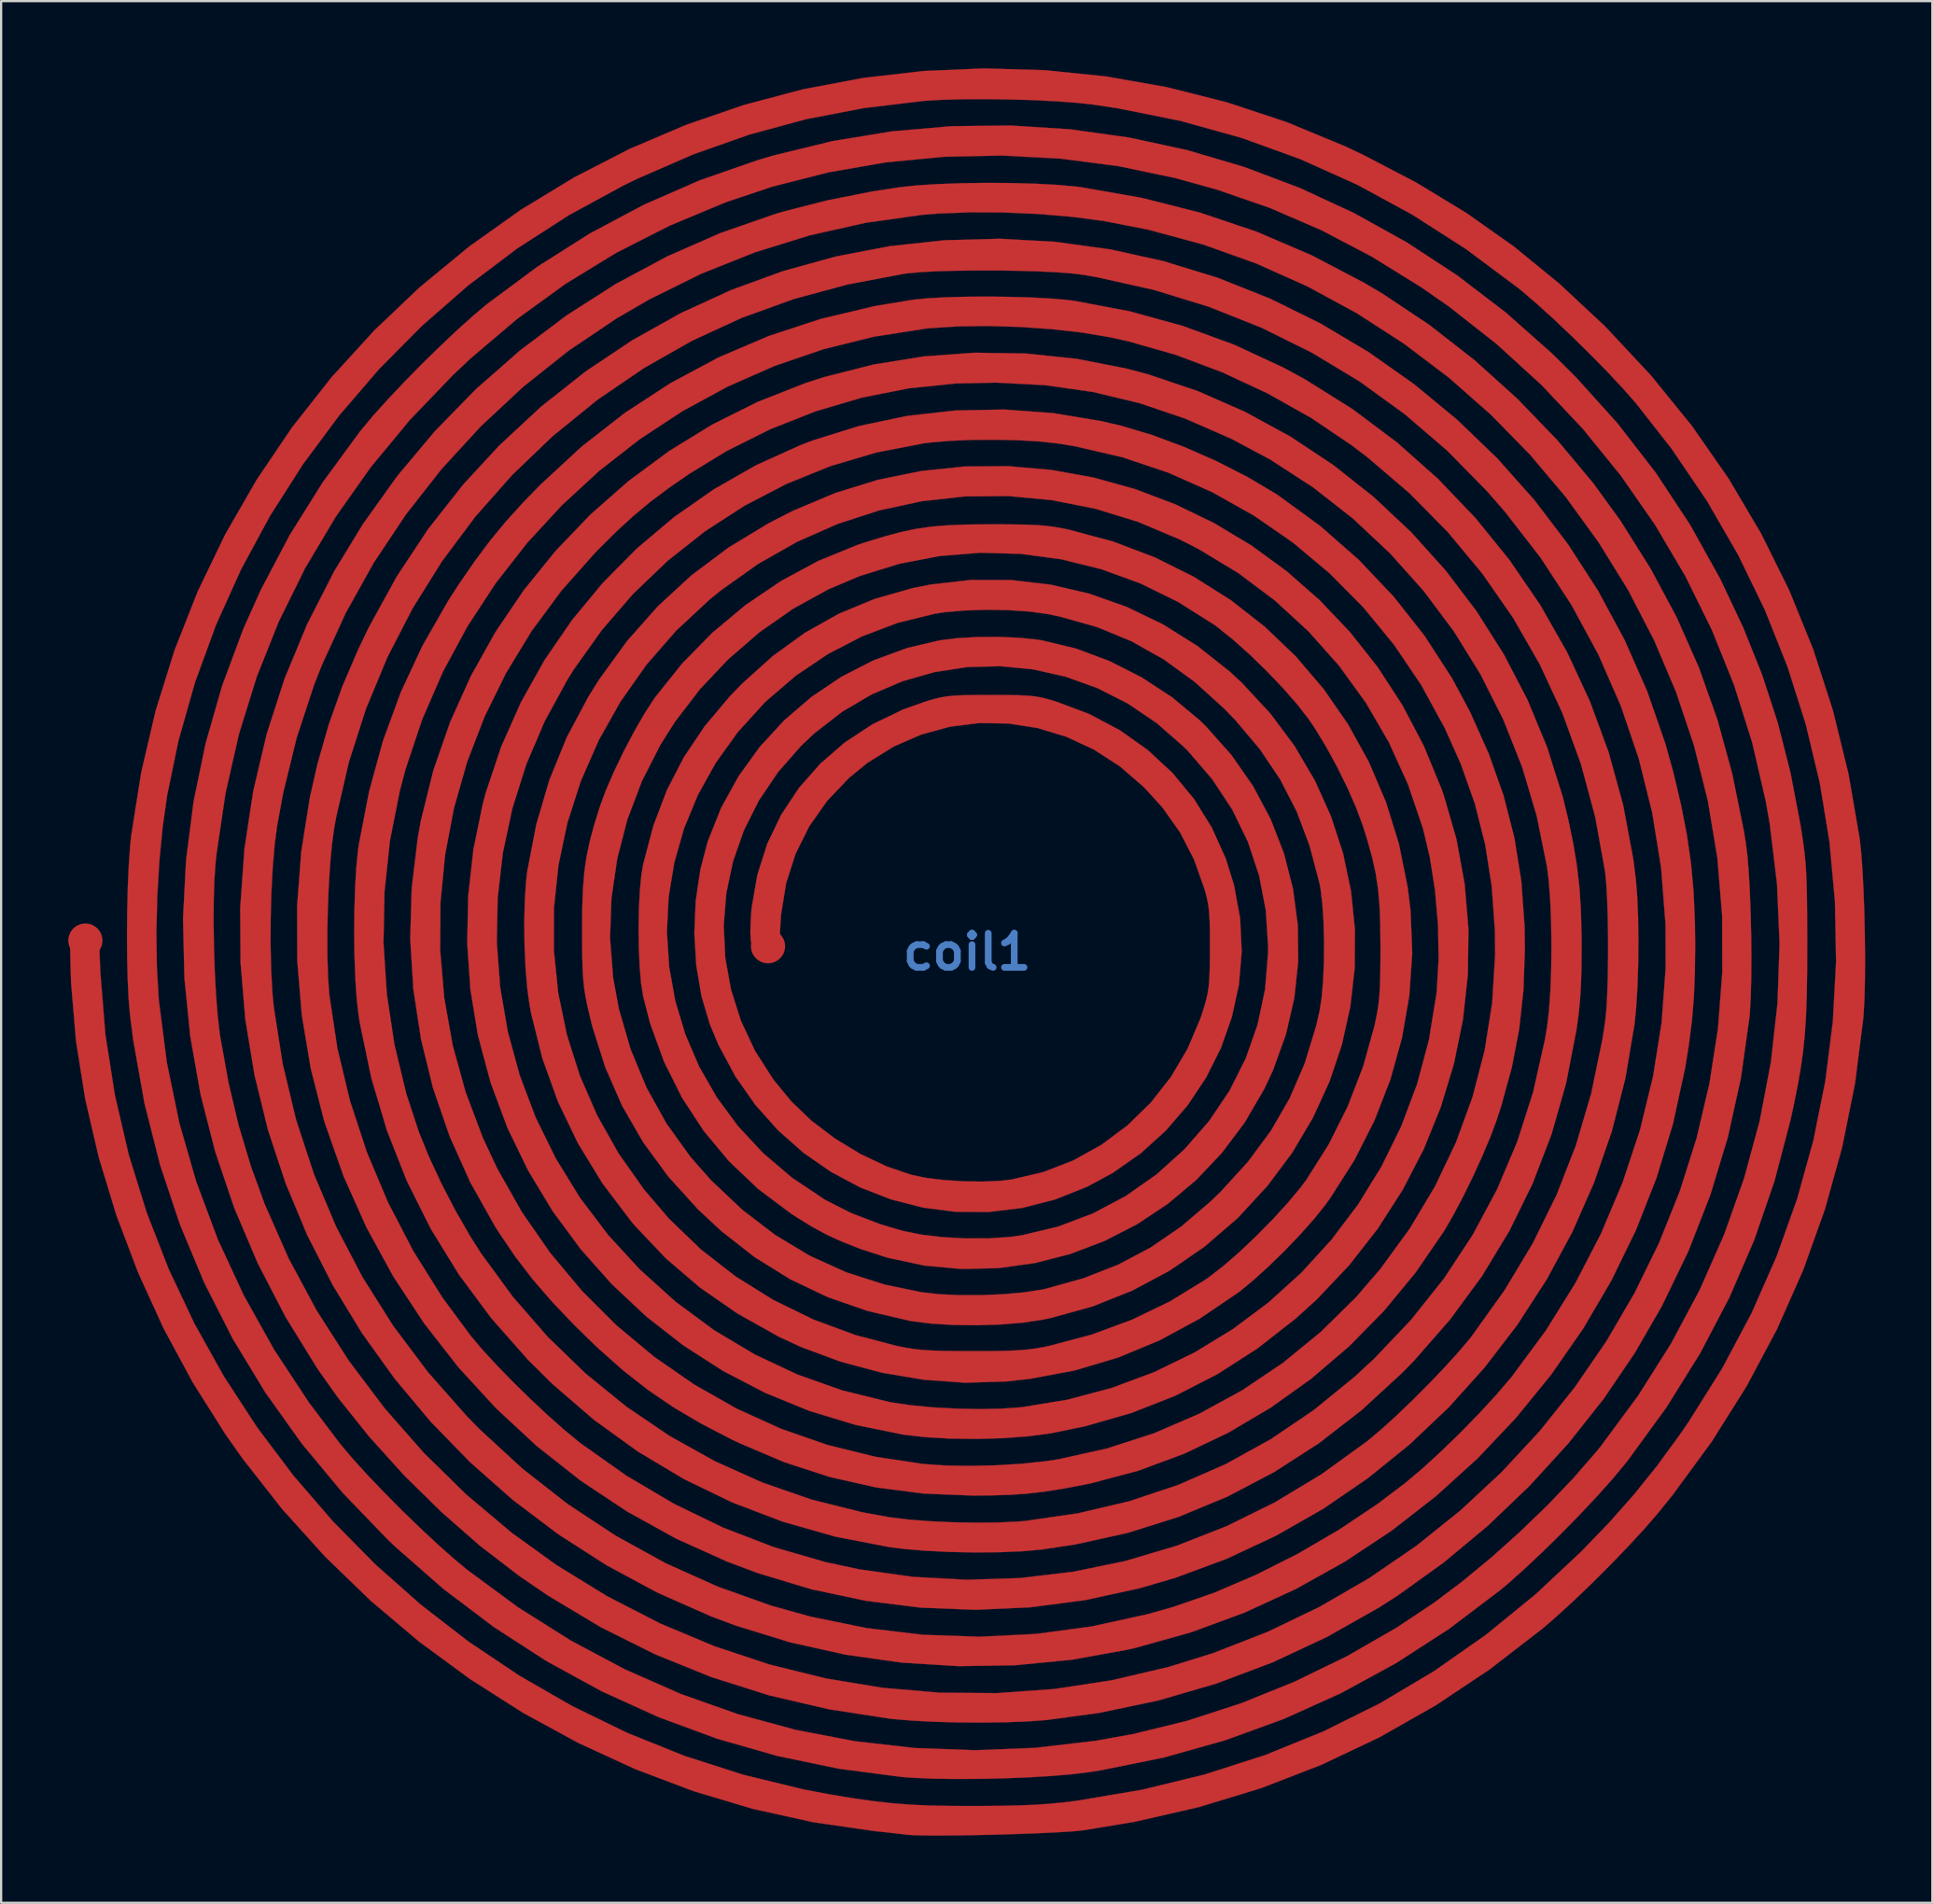
<source format=kicad_pcb>
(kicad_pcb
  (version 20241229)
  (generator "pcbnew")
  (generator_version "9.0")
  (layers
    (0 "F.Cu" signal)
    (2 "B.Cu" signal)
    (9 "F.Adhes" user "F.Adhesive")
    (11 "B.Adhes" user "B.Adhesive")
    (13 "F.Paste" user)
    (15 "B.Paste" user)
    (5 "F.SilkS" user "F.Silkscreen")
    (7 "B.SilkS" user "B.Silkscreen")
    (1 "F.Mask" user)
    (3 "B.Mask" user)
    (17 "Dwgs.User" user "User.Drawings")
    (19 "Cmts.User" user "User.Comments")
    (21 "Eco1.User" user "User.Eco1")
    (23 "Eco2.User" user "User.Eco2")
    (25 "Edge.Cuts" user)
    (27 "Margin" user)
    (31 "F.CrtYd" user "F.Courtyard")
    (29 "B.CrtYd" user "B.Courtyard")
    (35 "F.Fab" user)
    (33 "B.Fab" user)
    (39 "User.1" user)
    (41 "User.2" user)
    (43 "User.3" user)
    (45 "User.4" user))
  (footprint "coil1"
    (layer "F.Cu")
    (at 40.132 39.456)
    (property "Reference" "coil1" (at 0 0 0) (layer "B.Cu") (effects (font (size 1.524 1.524) (thickness 0.3))))
    (attr through_hole)
    (fp_poly (pts (xy 3.483 -39.371) (xy 6.204 -39.092) (xy 8.913 -38.615) (xy 11.601 -37.936) (xy 14.259 -37.056) (xy 16.877 -35.973) (xy 17.644 -35.612) (xy 20.046 -34.36) (xy 22.289 -32.998) (xy 24.408 -31.502) (xy 26.436 -29.846) (xy 28.409 -28.006) (xy 28.527 -27.889) (xy 30.536 -25.739) (xy 32.36 -23.49) (xy 33.996 -21.141) (xy 35.444 -18.695) (xy 36.705 -16.151) (xy 37.777 -13.512) (xy 38.66 -10.777) (xy 39.354 -7.947) (xy 39.85 -5.08) (xy 39.919 -4.457) (xy 39.977 -3.666) (xy 40.025 -2.754) (xy 40.06 -1.764) (xy 40.083 -0.742) (xy 40.093 0.268) (xy 40.088 1.222) (xy 40.067 2.074) (xy 40.03 2.779) (xy 40.015 2.963) (xy 39.645 5.871) (xy 39.072 8.717) (xy 38.299 11.498) (xy 37.329 14.207) (xy 36.162 16.842) (xy 34.801 19.396) (xy 33.247 21.865) (xy 31.503 24.245) (xy 30.855 25.048) (xy 30.244 25.755) (xy 29.511 26.55) (xy 28.701 27.39) (xy 27.856 28.232) (xy 27.022 29.03) (xy 26.24 29.742) (xy 25.683 30.22) (xy 23.334 32.033) (xy 20.908 33.65) (xy 18.401 35.072) (xy 15.809 36.3) (xy 13.131 37.336) (xy 10.361 38.181) (xy 7.498 38.837) (xy 5.186 39.219) (xy 4.805 39.259) (xy 4.261 39.297) (xy 3.587 39.332) (xy 2.817 39.365) (xy 1.985 39.394) (xy 1.125 39.418) (xy 0.272 39.436) (xy -0.54 39.448) (xy -1.277 39.453) (xy -1.905 39.45) (xy -2.39 39.437) (xy -2.698 39.415) (xy -2.699 39.415) (xy -2.937 39.386) (xy -3.325 39.342) (xy -3.799 39.29) (xy -4.128 39.256) (xy -6.858 38.862) (xy -9.557 38.266) (xy -12.215 37.472) (xy -14.818 36.488) (xy -17.357 35.321) (xy -19.82 33.979) (xy -22.194 32.467) (xy -24.47 30.794) (xy -26.635 28.965) (xy -28.678 26.988) (xy -30.588 24.87) (xy -32.353 22.618) (xy -33.115 21.537) (xy -34.573 19.226) (xy -35.874 16.815) (xy -37.011 14.325) (xy -37.978 11.777) (xy -38.767 9.189) (xy -39.373 6.584) (xy -39.788 3.98) (xy -40.006 1.399) (xy -40.031 0.635) (xy -40.058 -0.582) (xy -39.413 -0.613) (xy -38.768 -0.644) (xy -38.7 0.931) (xy -38.477 3.685) (xy -38.053 6.394) (xy -37.436 9.049) (xy -36.632 11.641) (xy -35.65 14.164) (xy -34.496 16.607) (xy -33.178 18.964) (xy -31.705 21.225) (xy -30.082 23.382) (xy -28.317 25.427) (xy -26.419 27.351) (xy -24.394 29.146) (xy -22.249 30.804) (xy -19.993 32.316) (xy -17.632 33.674) (xy -15.175 34.87) (xy -12.628 35.894) (xy -9.999 36.74) (xy -7.295 37.398) (xy -6.122 37.619) (xy -5.117 37.785) (xy -4.224 37.913) (xy -3.392 38.008) (xy -2.565 38.074) (xy -1.69 38.114) (xy -0.714 38.133) (xy 0.417 38.136) (xy 0.476 38.136) (xy 1.479 38.128) (xy 2.318 38.11) (xy 3.04 38.08) (xy 3.693 38.035) (xy 4.323 37.973) (xy 4.921 37.898) (xy 7.809 37.41) (xy 10.602 36.731) (xy 13.303 35.863) (xy 15.909 34.805) (xy 18.421 33.558) (xy 20.838 32.121) (xy 23.16 30.496) (xy 25.386 28.681) (xy 27.415 26.781) (xy 28.662 25.487) (xy 29.777 24.228) (xy 30.814 22.938) (xy 31.826 21.551) (xy 32.206 21.001) (xy 33.714 18.598) (xy 35.027 16.128) (xy 36.143 13.6) (xy 37.063 11.024) (xy 37.789 8.409) (xy 38.32 5.765) (xy 38.656 3.102) (xy 38.8 0.429) (xy 38.75 -2.244) (xy 38.507 -4.907) (xy 38.073 -7.55) (xy 37.447 -10.165) (xy 36.63 -12.741) (xy 35.622 -15.268) (xy 34.424 -17.737) (xy 33.036 -20.139) (xy 31.46 -22.463) (xy 29.867 -24.497) (xy 29.297 -25.147) (xy 28.605 -25.887) (xy 27.832 -26.676) (xy 27.019 -27.475) (xy 26.209 -28.243) (xy 25.441 -28.939) (xy 24.758 -29.524) (xy 24.606 -29.647) (xy 22.275 -31.385) (xy 19.877 -32.923) (xy 17.41 -34.263) (xy 14.868 -35.405) (xy 12.247 -36.352) (xy 9.543 -37.105) (xy 6.752 -37.667) (xy 5.609 -37.839) (xy 4.861 -37.92) (xy 3.953 -37.986) (xy 2.937 -38.036) (xy 1.864 -38.068) (xy 0.786 -38.081) (xy -0.245 -38.075) (xy -1.179 -38.047) (xy -1.92 -38.002) (xy -4.596 -37.683) (xy -7.188 -37.185) (xy -9.72 -36.498) (xy -12.219 -35.617) (xy -14.708 -34.534) (xy -15.346 -34.224) (xy -17.772 -32.904) (xy -20.085 -31.414) (xy -22.275 -29.763) (xy -24.335 -27.963) (xy -26.258 -26.024) (xy -28.036 -23.956) (xy -29.66 -21.769) (xy -31.124 -19.474) (xy -32.42 -17.08) (xy -33.539 -14.599) (xy -34.474 -12.041) (xy -35.218 -9.416) (xy -35.716 -7.013) (xy -35.917 -5.606) (xy -36.067 -4.066) (xy -36.162 -2.46) (xy -36.2 -0.852) (xy -36.179 0.69) (xy -36.095 2.101) (xy -36.089 2.17) (xy -35.735 4.929) (xy -35.178 7.626) (xy -34.42 10.259) (xy -33.461 12.827) (xy -32.301 15.329) (xy -30.941 17.763) (xy -29.381 20.13) (xy -28.004 21.954) (xy -27.469 22.59) (xy -26.806 23.321) (xy -26.052 24.112) (xy -25.245 24.925) (xy -24.421 25.724) (xy -23.618 26.472) (xy -22.873 27.132) (xy -22.301 27.606) (xy -20.036 29.273) (xy -17.689 30.752) (xy -15.267 32.04) (xy -12.779 33.135) (xy -10.234 34.036) (xy -7.641 34.739) (xy -5.009 35.243) (xy -2.347 35.546) (xy 0.337 35.645) (xy 3.034 35.539) (xy 5.735 35.225) (xy 7.408 34.924) (xy 9.822 34.333) (xy 12.238 33.548) (xy 14.622 32.585) (xy 16.941 31.458) (xy 19.16 30.183) (xy 20.833 29.071) (xy 22.093 28.124) (xy 23.392 27.052) (xy 24.684 25.895) (xy 25.927 24.695) (xy 27.075 23.492) (xy 28.086 22.329) (xy 28.299 22.066) (xy 29.959 19.819) (xy 31.432 17.489) (xy 32.713 15.087) (xy 33.802 12.62) (xy 34.696 10.098) (xy 35.393 7.529) (xy 35.89 4.922) (xy 36.185 2.285) (xy 36.277 -0.373) (xy 36.162 -3.043) (xy 35.839 -5.716) (xy 35.657 -6.752) (xy 35.052 -9.36) (xy 34.249 -11.907) (xy 33.253 -14.382) (xy 32.074 -16.774) (xy 30.716 -19.074) (xy 29.188 -21.271) (xy 27.496 -23.355) (xy 25.647 -25.316) (xy 23.647 -27.143) (xy 21.505 -28.826) (xy 20.267 -29.687) (xy 18.052 -31.057) (xy 15.813 -32.231) (xy 13.518 -33.222) (xy 11.134 -34.047) (xy 9.313 -34.552) (xy 6.766 -35.086) (xy 4.178 -35.422) (xy 1.569 -35.562) (xy -1.042 -35.506) (xy -3.635 -35.255) (xy -6.191 -34.811) (xy -8.692 -34.174) (xy -10.775 -33.476) (xy -13.282 -32.431) (xy -15.664 -31.219) (xy -17.93 -29.833) (xy -20.09 -28.268) (xy -22.155 -26.516) (xy -22.947 -25.77) (xy -24.879 -23.759) (xy -26.626 -21.649) (xy -28.185 -19.442) (xy -29.555 -17.143) (xy -30.735 -14.754) (xy -31.722 -12.278) (xy -32.516 -9.718) (xy -33.115 -7.077) (xy -33.517 -4.359) (xy -33.557 -3.98) (xy -33.61 -3.225) (xy -33.639 -2.313) (xy -33.645 -1.295) (xy -33.629 -0.222) (xy -33.594 0.854) (xy -33.539 1.884) (xy -33.466 2.817) (xy -33.377 3.601) (xy -33.354 3.757) (xy -32.985 5.812) (xy -32.533 7.729) (xy -31.981 9.568) (xy -31.36 11.271) (xy -30.297 13.682) (xy -29.045 16.011) (xy -27.615 18.243) (xy -26.017 20.365) (xy -24.264 22.364) (xy -22.366 24.225) (xy -20.333 25.936) (xy -18.337 27.377) (xy -16.054 28.779) (xy -13.701 29.987) (xy -11.287 31) (xy -8.823 31.818) (xy -6.318 32.437) (xy -3.782 32.857) (xy -1.227 33.077) (xy 1.34 33.096) (xy 3.906 32.911) (xy 6.462 32.521) (xy 8.999 31.926) (xy 10.979 31.311) (xy 13.412 30.363) (xy 15.74 29.243) (xy 17.955 27.959) (xy 20.052 26.523) (xy 22.024 24.943) (xy 23.865 23.229) (xy 25.57 21.392) (xy 27.131 19.441) (xy 28.543 17.386) (xy 29.799 15.236) (xy 30.893 13.002) (xy 31.819 10.693) (xy 32.571 8.318) (xy 33.143 5.889) (xy 33.528 3.415) (xy 33.719 0.904) (xy 33.712 -1.632) (xy 33.5 -4.184) (xy 33.496 -4.218) (xy 33.075 -6.746) (xy 32.458 -9.213) (xy 31.654 -11.609) (xy 30.671 -13.925) (xy 29.518 -16.153) (xy 28.203 -18.283) (xy 26.735 -20.307) (xy 25.124 -22.216) (xy 23.376 -24) (xy 21.502 -25.651) (xy 19.509 -27.159) (xy 17.407 -28.517) (xy 15.204 -29.714) (xy 12.908 -30.742) (xy 10.528 -31.592) (xy 8.074 -32.255) (xy 6.085 -32.641) (xy 4.697 -32.824) (xy 3.195 -32.951) (xy 1.647 -33.019) (xy 0.124 -33.026) (xy -1.305 -32.97) (xy -2.026 -32.911) (xy -4.542 -32.556) (xy -7.034 -31.996) (xy -9.481 -31.237) (xy -11.865 -30.286) (xy -14.167 -29.15) (xy -15.649 -28.291) (xy -17.799 -26.843) (xy -19.826 -25.231) (xy -21.718 -23.467) (xy -23.466 -21.563) (xy -25.06 -19.532) (xy -26.49 -17.386) (xy -27.745 -15.137) (xy -28.816 -12.797) (xy -29.164 -11.911) (xy -29.938 -9.555) (xy -30.543 -7.08) (xy -30.812 -5.611) (xy -30.922 -4.765) (xy -31.006 -3.762) (xy -31.065 -2.654) (xy -31.097 -1.493) (xy -31.101 -0.331) (xy -31.076 0.778) (xy -31.022 1.782) (xy -30.962 2.434) (xy -30.561 5) (xy -29.961 7.499) (xy -29.164 9.925) (xy -28.173 12.271) (xy -26.992 14.53) (xy -25.625 16.698) (xy -24.073 18.765) (xy -22.341 20.727) (xy -21.754 21.326) (xy -19.853 23.075) (xy -17.827 24.658) (xy -15.689 26.068) (xy -13.451 27.3) (xy -11.124 28.345) (xy -8.72 29.199) (xy -6.974 29.684) (xy -4.474 30.193) (xy -1.967 30.491) (xy 0.543 30.578) (xy 3.051 30.455) (xy 5.554 30.12) (xy 8.046 29.574) (xy 9.198 29.249) (xy 11.027 28.616) (xy 12.9 27.815) (xy 14.773 26.87) (xy 16.599 25.805) (xy 18.333 24.645) (xy 19.579 23.702) (xy 20.336 23.061) (xy 21.169 22.299) (xy 22.029 21.463) (xy 22.869 20.602) (xy 23.639 19.765) (xy 24.291 19.001) (xy 24.337 18.944) (xy 25.837 16.913) (xy 27.163 14.783) (xy 28.309 12.569) (xy 29.272 10.284) (xy 30.047 7.943) (xy 30.628 5.559) (xy 31.011 3.146) (xy 31.191 0.719) (xy 31.186 -1.217) (xy 30.989 -3.752) (xy 30.588 -6.23) (xy 29.986 -8.647) (xy 29.185 -10.997) (xy 28.187 -13.277) (xy 26.993 -15.481) (xy 25.606 -17.604) (xy 24.028 -19.641) (xy 23.206 -20.585) (xy 21.44 -22.381) (xy 19.544 -24.011) (xy 17.525 -25.473) (xy 15.389 -26.762) (xy 13.141 -27.876) (xy 10.789 -28.81) (xy 8.339 -29.563) (xy 5.796 -30.13) (xy 5.163 -30.239) (xy 4.649 -30.301) (xy 3.964 -30.352) (xy 3.151 -30.39) (xy 2.249 -30.416) (xy 1.301 -30.429) (xy 0.348 -30.429) (xy -0.57 -30.417) (xy -1.411 -30.391) (xy -2.133 -30.351) (xy -2.697 -30.298) (xy -2.805 -30.283) (xy -5.33 -29.806) (xy -7.744 -29.152) (xy -10.054 -28.317) (xy -12.271 -27.297) (xy -14.403 -26.088) (xy -16.46 -24.687) (xy -16.539 -24.628) (xy -18.502 -23.034) (xy -20.312 -21.299) (xy -21.962 -19.433) (xy -23.446 -17.445) (xy -24.759 -15.345) (xy -25.893 -13.143) (xy -26.845 -10.848) (xy -27.607 -8.47) (xy -28.173 -6.018) (xy -28.265 -5.503) (xy -28.363 -4.783) (xy -28.444 -3.903) (xy -28.506 -2.914) (xy -28.547 -1.867) (xy -28.567 -0.814) (xy -28.564 0.194) (xy -28.536 1.107) (xy -28.482 1.874) (xy -28.475 1.934) (xy -28.119 4.298) (xy -27.558 6.64) (xy -26.802 8.942) (xy -25.856 11.187) (xy -24.729 13.357) (xy -23.429 15.431) (xy -22.162 17.145) (xy -21.646 17.755) (xy -21.003 18.454) (xy -20.274 19.203) (xy -19.502 19.96) (xy -18.726 20.686) (xy -17.988 21.341) (xy -17.328 21.885) (xy -17.25 21.946) (xy -15.216 23.384) (xy -13.095 24.638) (xy -10.898 25.703) (xy -8.638 26.574) (xy -6.327 27.244) (xy -4.821 27.567) (xy -2.418 27.905) (xy -0.018 28.034) (xy 2.37 27.957) (xy 4.734 27.677) (xy 7.063 27.197) (xy 9.347 26.519) (xy 11.575 25.646) (xy 13.735 24.581) (xy 15.818 23.326) (xy 17.812 21.886) (xy 17.992 21.743) (xy 18.565 21.257) (xy 19.224 20.655) (xy 19.93 19.975) (xy 20.643 19.259) (xy 21.323 18.547) (xy 21.93 17.877) (xy 22.426 17.292) (xy 22.541 17.145) (xy 24.002 15.1) (xy 25.259 13.008) (xy 26.318 10.856) (xy 27.186 8.63) (xy 27.867 6.317) (xy 28.367 3.904) (xy 28.488 3.122) (xy 28.541 2.609) (xy 28.58 1.93) (xy 28.607 1.133) (xy 28.62 0.263) (xy 28.62 -0.634) (xy 28.606 -1.511) (xy 28.58 -2.323) (xy 28.541 -3.023) (xy 28.489 -3.565) (xy 28.484 -3.598) (xy 28.043 -6.036) (xy 27.406 -8.395) (xy 26.578 -10.67) (xy 25.565 -12.851) (xy 24.37 -14.932) (xy 22.997 -16.905) (xy 21.452 -18.762) (xy 19.739 -20.496) (xy 17.863 -22.099) (xy 17.168 -22.627) (xy 15.352 -23.852) (xy 13.408 -24.945) (xy 11.374 -25.891) (xy 9.29 -26.671) (xy 7.193 -27.268) (xy 6.35 -27.453) (xy 5.13 -27.657) (xy 3.778 -27.81) (xy 2.359 -27.908) (xy 0.938 -27.951) (xy -0.423 -27.933) (xy -1.657 -27.853) (xy -1.852 -27.833) (xy -4.16 -27.472) (xy -6.409 -26.915) (xy -8.59 -26.169) (xy -10.691 -25.245) (xy -12.703 -24.151) (xy -14.615 -22.897) (xy -16.417 -21.491) (xy -18.098 -19.942) (xy -19.648 -18.26) (xy -21.057 -16.454) (xy -22.314 -14.533) (xy -23.409 -12.506) (xy -24.332 -10.382) (xy -25.072 -8.17) (xy -25.334 -7.184) (xy -25.772 -4.963) (xy -26.014 -2.697) (xy -26.06 -0.409) (xy -25.911 1.876) (xy -25.571 4.134) (xy -25.039 6.339) (xy -24.487 8.021) (xy -24.032 9.142) (xy -23.472 10.345) (xy -22.844 11.555) (xy -22.186 12.699) (xy -21.708 13.451) (xy -20.288 15.394) (xy -18.726 17.188) (xy -17.032 18.827) (xy -15.217 20.302) (xy -13.289 21.61) (xy -11.26 22.742) (xy -9.138 23.693) (xy -6.934 24.457) (xy -4.657 25.026) (xy -3.44 25.245) (xy -2.638 25.343) (xy -1.691 25.418) (xy -0.665 25.466) (xy 0.378 25.486) (xy 1.37 25.477) (xy 2.249 25.436) (xy 2.593 25.407) (xy 4.953 25.066) (xy 7.231 24.53) (xy 9.426 23.799) (xy 11.534 22.876) (xy 13.554 21.761) (xy 15.482 20.455) (xy 17.316 18.959) (xy 18.177 18.161) (xy 19.824 16.427) (xy 21.288 14.589) (xy 22.567 12.649) (xy 23.659 10.612) (xy 24.562 8.479) (xy 25.274 6.256) (xy 25.794 3.944) (xy 25.894 3.356) (xy 25.982 2.619) (xy 26.044 1.725) (xy 26.081 0.728) (xy 26.091 -0.318) (xy 26.076 -1.359) (xy 26.034 -2.344) (xy 25.967 -3.217) (xy 25.893 -3.806) (xy 25.435 -6.067) (xy 24.782 -8.259) (xy 23.943 -10.371) (xy 22.925 -12.392) (xy 21.738 -14.311) (xy 20.389 -16.116) (xy 18.886 -17.798) (xy 17.239 -19.343) (xy 15.454 -20.742) (xy 13.541 -21.983) (xy 11.8 -22.914) (xy 9.749 -23.811) (xy 7.696 -24.506) (xy 5.618 -25.004) (xy 3.493 -25.307) (xy 1.299 -25.422) (xy -0.517 -25.382) (xy -2.61 -25.167) (xy -4.703 -24.75) (xy -6.772 -24.138) (xy -8.792 -23.341) (xy -10.741 -22.366) (xy -12.409 -21.347) (xy -13.342 -20.702) (xy -14.159 -20.088) (xy -14.92 -19.454) (xy -15.682 -18.753) (xy -16.503 -17.936) (xy -16.616 -17.819) (xy -18.12 -16.123) (xy -19.445 -14.331) (xy -20.588 -12.453) (xy -21.548 -10.503) (xy -22.322 -8.493) (xy -22.91 -6.434) (xy -23.308 -4.339) (xy -23.515 -2.22) (xy -23.529 -0.089) (xy -23.349 2.042) (xy -22.971 4.161) (xy -22.395 6.255) (xy -21.618 8.312) (xy -20.988 9.656) (xy -19.885 11.608) (xy -18.619 13.434) (xy -17.205 15.126) (xy -15.653 16.677) (xy -13.974 18.077) (xy -12.182 19.319) (xy -10.287 20.394) (xy -8.301 21.295) (xy -6.236 22.013) (xy -4.104 22.54) (xy -1.936 22.867) (xy -0.968 22.932) (xy 0.132 22.95) (xy 1.292 22.923) (xy 2.438 22.853) (xy 3.497 22.742) (xy 4.075 22.655) (xy 6.238 22.174) (xy 8.334 21.496) (xy 10.351 20.628) (xy 12.276 19.578) (xy 14.097 18.353) (xy 15.8 16.961) (xy 17.373 15.41) (xy 18.45 14.158) (xy 19.767 12.352) (xy 20.895 10.463) (xy 21.83 8.501) (xy 22.569 6.474) (xy 23.109 4.394) (xy 23.446 2.268) (xy 23.578 0.109) (xy 23.567 -0.953) (xy 23.424 -2.938) (xy 23.13 -4.81) (xy 22.673 -6.616) (xy 22.041 -8.401) (xy 21.326 -10.001) (xy 20.273 -11.926) (xy 19.057 -13.724) (xy 17.69 -15.388) (xy 16.183 -16.91) (xy 14.548 -18.28) (xy 12.795 -19.491) (xy 10.935 -20.535) (xy 8.981 -21.402) (xy 6.943 -22.086) (xy 4.834 -22.576) (xy 4.075 -22.702) (xy 3.27 -22.791) (xy 2.32 -22.847) (xy 1.291 -22.872) (xy 0.247 -22.864) (xy -0.747 -22.823) (xy -1.627 -22.75) (xy -1.946 -22.709) (xy -4.053 -22.301) (xy -6.095 -21.696) (xy -8.06 -20.902) (xy -9.935 -19.927) (xy -11.711 -18.778) (xy -13.373 -17.464) (xy -14.912 -15.991) (xy -16.314 -14.368) (xy -17.569 -12.603) (xy -17.846 -12.16) (xy -18.864 -10.297) (xy -19.682 -8.379) (xy -20.303 -6.418) (xy -20.729 -4.429) (xy -20.961 -2.423) (xy -21 -0.414) (xy -20.849 1.585) (xy -20.508 3.561) (xy -19.979 5.502) (xy -19.265 7.394) (xy -18.366 9.224) (xy -17.284 10.98) (xy -16.021 12.648) (xy -14.612 14.182) (xy -13.012 15.623) (xy -11.299 16.888) (xy -9.484 17.972) (xy -7.575 18.87) (xy -5.582 19.576) (xy -3.515 20.086) (xy -3.336 20.12) (xy -2.504 20.243) (xy -1.531 20.335) (xy -0.486 20.392) (xy 0.562 20.412) (xy 1.544 20.393) (xy 2.392 20.333) (xy 2.437 20.328) (xy 4.487 19.993) (xy 6.465 19.466) (xy 8.361 18.759) (xy 10.166 17.88) (xy 11.869 16.84) (xy 13.46 15.65) (xy 14.929 14.319) (xy 16.265 12.857) (xy 17.46 11.274) (xy 18.503 9.581) (xy 19.383 7.788) (xy 20.092 5.904) (xy 20.618 3.94) (xy 20.951 1.905) (xy 20.968 1.755) (xy 21.054 0.32) (xy 21.027 -1.206) (xy 20.893 -2.75) (xy 20.658 -4.24) (xy 20.358 -5.503) (xy 19.687 -7.48) (xy 18.833 -9.359) (xy 17.804 -11.129) (xy 16.608 -12.78) (xy 15.254 -14.303) (xy 13.751 -15.686) (xy 12.108 -16.919) (xy 10.333 -17.992) (xy 9.502 -18.416) (xy 7.631 -19.205) (xy 5.723 -19.791) (xy 3.79 -20.174) (xy 1.847 -20.356) (xy -0.096 -20.34) (xy -2.023 -20.126) (xy -3.923 -19.716) (xy -5.782 -19.112) (xy -7.587 -18.316) (xy -9.326 -17.329) (xy -10.985 -16.153) (xy -11.5 -15.735) (xy -12.99 -14.348) (xy -14.319 -12.824) (xy -15.486 -11.164) (xy -16.445 -9.459) (xy -17.249 -7.629) (xy -17.85 -5.759) (xy -18.249 -3.865) (xy -18.449 -1.959) (xy -18.451 -0.054) (xy -18.258 1.837) (xy -17.871 3.699) (xy -17.293 5.521) (xy -16.524 7.289) (xy -15.568 8.989) (xy -14.426 10.609) (xy -13.314 11.909) (xy -11.894 13.277) (xy -10.339 14.488) (xy -8.659 15.536) (xy -6.869 16.411) (xy -4.982 17.108) (xy -3.175 17.584) (xy -2.768 17.666) (xy -2.387 17.727) (xy -1.991 17.771) (xy -1.536 17.799) (xy -0.982 17.815) (xy -0.286 17.822) (xy 0.265 17.823) (xy 1.075 17.821) (xy 1.715 17.811) (xy 2.228 17.791) (xy 2.655 17.758) (xy 3.039 17.709) (xy 3.421 17.642) (xy 3.7 17.583) (xy 5.567 17.086) (xy 7.365 16.421) (xy 9.06 15.603) (xy 10.62 14.647) (xy 10.795 14.525) (xy 11.437 14.028) (xy 12.156 13.403) (xy 12.905 12.694) (xy 13.64 11.947) (xy 14.318 11.207) (xy 14.892 10.516) (xy 15.158 10.16) (xy 16.148 8.59) (xy 16.997 6.891) (xy 17.685 5.111) (xy 18.191 3.294) (xy 18.22 3.16) (xy 18.303 2.751) (xy 18.364 2.368) (xy 18.407 1.966) (xy 18.435 1.504) (xy 18.451 0.938) (xy 18.457 0.225) (xy 18.458 -0.212) (xy 18.448 -1.218) (xy 18.415 -2.067) (xy 18.349 -2.812) (xy 18.244 -3.505) (xy 18.091 -4.201) (xy 17.883 -4.953) (xy 17.673 -5.627) (xy 17.378 -6.425) (xy 16.984 -7.324) (xy 16.522 -8.261) (xy 16.025 -9.172) (xy 15.526 -9.992) (xy 15.27 -10.372) (xy 14.754 -11.038) (xy 14.109 -11.776) (xy 13.382 -12.538) (xy 12.62 -13.278) (xy 11.868 -13.95) (xy 11.175 -14.506) (xy 11.007 -14.629) (xy 9.402 -15.64) (xy 7.723 -16.462) (xy 5.986 -17.093) (xy 4.206 -17.532) (xy 2.399 -17.776) (xy 0.579 -17.825) (xy -1.236 -17.677) (xy -3.032 -17.331) (xy -4.794 -16.786) (xy -6.203 -16.188) (xy -7.777 -15.321) (xy -9.275 -14.272) (xy -10.67 -13.065) (xy -11.936 -11.724) (xy -13.048 -10.273) (xy -13.695 -9.25) (xy -14.525 -7.619) (xy -15.168 -5.92) (xy -15.621 -4.174) (xy -15.881 -2.4) (xy -15.944 -0.62) (xy -15.807 1.147) (xy -15.551 2.54) (xy -15.024 4.352) (xy -14.314 6.062) (xy -13.423 7.664) (xy -12.354 9.152) (xy -11.444 10.185) (xy -10.044 11.509) (xy -8.575 12.634) (xy -7.028 13.565) (xy -5.399 14.304) (xy -3.68 14.854) (xy -2.039 15.194) (xy -1.243 15.283) (xy -0.323 15.326) (xy 0.657 15.325) (xy 1.636 15.283) (xy 2.548 15.2) (xy 3.331 15.079) (xy 3.502 15.043) (xy 5.196 14.571) (xy 6.748 13.963) (xy 8.19 13.201) (xy 9.553 12.268) (xy 10.867 11.146) (xy 11.331 10.696) (xy 12.547 9.363) (xy 13.566 7.985) (xy 14.401 6.538) (xy 15.067 4.995) (xy 15.577 3.333) (xy 15.736 2.646) (xy 15.831 2.038) (xy 15.896 1.279) (xy 15.932 0.425) (xy 15.938 -0.469) (xy 15.915 -1.346) (xy 15.862 -2.149) (xy 15.78 -2.823) (xy 15.737 -3.056) (xy 15.293 -4.74) (xy 14.712 -6.281) (xy 13.976 -7.709) (xy 13.069 -9.056) (xy 11.975 -10.353) (xy 11.49 -10.855) (xy 10.166 -12.056) (xy 8.789 -13.058) (xy 7.341 -13.872) (xy 5.805 -14.506) (xy 4.16 -14.97) (xy 3.598 -15.087) (xy 2.801 -15.198) (xy 1.87 -15.262) (xy 0.88 -15.279) (xy -0.098 -15.248) (xy -0.988 -15.171) (xy -1.443 -15.102) (xy -3.089 -14.697) (xy -4.686 -14.094) (xy -6.211 -13.304) (xy -7.643 -12.34) (xy -8.959 -11.212) (xy -9.066 -11.108) (xy -10.238 -9.817) (xy -11.223 -8.445) (xy -12.023 -7.008) (xy -12.639 -5.519) (xy -13.074 -3.994) (xy -13.329 -2.447) (xy -13.405 -0.892) (xy -13.306 0.656) (xy -13.032 2.183) (xy -12.585 3.673) (xy -11.968 5.113) (xy -11.181 6.488) (xy -10.227 7.782) (xy -9.109 8.983) (xy -7.826 10.075) (xy -6.382 11.043) (xy -6.297 11.093) (xy -5.167 11.664) (xy -3.883 12.156) (xy -2.867 12.457) (xy -2.038 12.624) (xy -1.075 12.737) (xy -0.047 12.793) (xy 0.975 12.79) (xy 1.921 12.726) (xy 2.43 12.655) (xy 4.058 12.266) (xy 5.61 11.681) (xy 7.077 10.904) (xy 8.45 9.942) (xy 9.705 8.812) (xy 10.8 7.558) (xy 11.713 6.204) (xy 12.438 4.762) (xy 12.971 3.243) (xy 13.306 1.661) (xy 13.439 0.027) (xy 13.441 -0.212) (xy 13.339 -1.848) (xy 13.035 -3.423) (xy 12.533 -4.93) (xy 11.836 -6.361) (xy 10.947 -7.709) (xy 9.869 -8.965) (xy 9.672 -9.163) (xy 8.466 -10.219) (xy 7.173 -11.093) (xy 5.811 -11.784) (xy 4.397 -12.292) (xy 2.946 -12.618) (xy 1.477 -12.76) (xy 0.005 -12.72) (xy -1.453 -12.496) (xy -2.88 -12.089) (xy -4.26 -11.5) (xy -5.576 -10.727) (xy -6.811 -9.77) (xy -7.408 -9.209) (xy -8.445 -8.027) (xy -9.299 -6.76) (xy -9.969 -5.425) (xy -10.454 -4.039) (xy -10.754 -2.618) (xy -10.869 -1.178) (xy -10.799 0.262) (xy -10.542 1.687) (xy -10.098 3.08) (xy -9.468 4.423) (xy -8.65 5.701) (xy -7.832 6.694) (xy -6.938 7.547) (xy -5.896 8.335) (xy -4.761 9.024) (xy -3.588 9.579) (xy -2.487 9.954) (xy -1.828 10.089) (xy -1.03 10.186) (xy -0.164 10.242) (xy 0.699 10.255) (xy 1.49 10.22) (xy 1.988 10.162) (xy 3.405 9.829) (xy 4.75 9.306) (xy 6.007 8.607) (xy 7.16 7.745) (xy 8.195 6.736) (xy 9.094 5.592) (xy 9.842 4.328) (xy 10.423 2.958) (xy 10.55 2.571) (xy 10.657 2.205) (xy 10.734 1.884) (xy 10.785 1.559) (xy 10.817 1.181) (xy 10.834 0.704) (xy 10.841 0.078) (xy 10.842 -0.159) (xy 10.841 -0.856) (xy 10.83 -1.389) (xy 10.804 -1.805) (xy 10.76 -2.151) (xy 10.692 -2.473) (xy 10.606 -2.793) (xy 10.129 -4.135) (xy 9.505 -5.345) (xy 8.713 -6.461) (xy 7.894 -7.359) (xy 6.816 -8.291) (xy 5.653 -9.042) (xy 4.424 -9.611) (xy 3.148 -9.997) (xy 1.845 -10.201) (xy 0.531 -10.22) (xy -0.772 -10.056) (xy -2.048 -9.706) (xy -3.276 -9.172) (xy -4.439 -8.451) (xy -5.267 -7.777) (xy -6.246 -6.751) (xy -7.045 -5.617) (xy -7.658 -4.386) (xy -8.081 -3.071) (xy -8.306 -1.683) (xy -8.33 -1.349) (xy -8.393 -0.212) (xy -8.774 -0.21) (xy -9.099 -0.193) (xy -9.367 -0.152) (xy -9.378 -0.149) (xy -9.522 -0.137) (xy -9.603 -0.236) (xy -9.655 -0.493) (xy -9.66 -0.535) (xy -9.676 -0.843) (xy -9.668 -1.285) (xy -9.636 -1.781) (xy -9.619 -1.974) (xy -9.366 -3.44) (xy -8.923 -4.829) (xy -8.299 -6.128) (xy -7.506 -7.324) (xy -6.555 -8.405) (xy -5.456 -9.357) (xy -4.219 -10.168) (xy -2.856 -10.826) (xy -1.852 -11.181) (xy -1.499 -11.286) (xy -1.193 -11.362) (xy -0.889 -11.414) (xy -0.544 -11.447) (xy -0.113 -11.464) (xy 0.447 -11.472) (xy 1.058 -11.473) (xy 1.764 -11.471) (xy 2.303 -11.462) (xy 2.718 -11.443) (xy 3.055 -11.407) (xy 3.356 -11.351) (xy 3.667 -11.271) (xy 3.969 -11.182) (xy 5.453 -10.624) (xy 6.822 -9.898) (xy 8.066 -9.016) (xy 9.172 -7.99) (xy 10.129 -6.831) (xy 10.925 -5.552) (xy 11.55 -4.164) (xy 11.917 -2.985) (xy 12.19 -1.497) (xy 12.26 -0.008) (xy 12.135 1.463) (xy 11.823 2.9) (xy 11.333 4.286) (xy 10.673 5.605) (xy 9.851 6.84) (xy 8.875 7.974) (xy 7.753 8.99) (xy 6.493 9.872) (xy 5.363 10.483) (xy 3.917 11.058) (xy 2.445 11.433) (xy 0.963 11.613) (xy -0.514 11.604) (xy -1.972 11.415) (xy -3.395 11.05) (xy -4.768 10.517) (xy -6.075 9.821) (xy -7.303 8.971) (xy -8.434 7.971) (xy -9.455 6.829) (xy -10.35 5.551) (xy -11.104 4.144) (xy -11.486 3.231) (xy -11.862 1.969) (xy -12.093 0.6) (xy -12.179 -0.83) (xy -12.118 -2.273) (xy -11.91 -3.683) (xy -11.585 -4.921) (xy -10.984 -6.43) (xy -10.204 -7.845) (xy -9.26 -9.152) (xy -8.17 -10.337) (xy -6.95 -11.386) (xy -5.616 -12.284) (xy -4.183 -13.018) (xy -2.669 -13.573) (xy -1.229 -13.912) (xy -0.456 -14.009) (xy 0.447 -14.06) (xy 1.399 -14.067) (xy 2.324 -14.028) (xy 3.142 -13.944) (xy 3.346 -13.912) (xy 4.861 -13.546) (xy 6.357 -12.988) (xy 7.8 -12.256) (xy 9.153 -11.37) (xy 10.38 -10.348) (xy 10.657 -10.079) (xy 11.803 -8.79) (xy 12.768 -7.404) (xy 13.549 -5.938) (xy 14.144 -4.406) (xy 14.549 -2.825) (xy 14.764 -1.209) (xy 14.784 0.425) (xy 14.608 2.062) (xy 14.233 3.687) (xy 13.657 5.284) (xy 13.268 6.115) (xy 12.398 7.61) (xy 11.379 8.968) (xy 10.228 10.183) (xy 8.96 11.248) (xy 7.59 12.158) (xy 6.134 12.906) (xy 4.608 13.486) (xy 3.025 13.892) (xy 1.403 14.118) (xy -0.244 14.157) (xy -1.9 14.005) (xy -3.55 13.654) (xy -4.758 13.262) (xy -5.562 12.946) (xy -6.247 12.636) (xy -6.893 12.288) (xy -7.586 11.862) (xy -7.885 11.666) (xy -9.329 10.583) (xy -10.623 9.355) (xy -11.759 7.992) (xy -12.73 6.506) (xy -13.529 4.909) (xy -14.147 3.21) (xy -14.464 1.986) (xy -14.555 1.412) (xy -14.619 0.681) (xy -14.657 -0.153) (xy -14.669 -1.036) (xy -14.654 -1.914) (xy -14.612 -2.735) (xy -14.543 -3.444) (xy -14.467 -3.903) (xy -14.011 -5.627) (xy -13.41 -7.213) (xy -12.65 -8.688) (xy -11.716 -10.079) (xy -10.592 -11.415) (xy -10.062 -11.963) (xy -8.683 -13.207) (xy -7.239 -14.252) (xy -5.721 -15.104) (xy -4.117 -15.767) (xy -2.418 -16.248) (xy -1.603 -16.409) (xy 0.18 -16.611) (xy 1.96 -16.606) (xy 3.723 -16.401) (xy 5.452 -15.999) (xy 7.131 -15.406) (xy 8.745 -14.626) (xy 10.278 -13.665) (xy 11.715 -12.528) (xy 12.262 -12.021) (xy 13.534 -10.652) (xy 14.622 -9.192) (xy 15.527 -7.653) (xy 16.248 -6.051) (xy 16.787 -4.399) (xy 17.142 -2.711) (xy 17.315 -1) (xy 17.305 0.719) (xy 17.112 2.433) (xy 16.737 4.128) (xy 16.179 5.79) (xy 15.439 7.405) (xy 14.517 8.96) (xy 13.413 10.44) (xy 12.128 11.833) (xy 12.038 11.92) (xy 10.593 13.167) (xy 9.035 14.236) (xy 7.37 15.124) (xy 5.604 15.827) (xy 3.745 16.343) (xy 3.368 16.422) (xy 2.511 16.551) (xy 1.517 16.634) (xy 0.453 16.669) (xy -0.613 16.656) (xy -1.614 16.595) (xy -2.481 16.485) (xy -2.54 16.475) (xy -4.434 16.033) (xy -6.216 15.416) (xy -7.895 14.616) (xy -9.483 13.63) (xy -10.989 12.451) (xy -12.019 11.489) (xy -13.336 10.037) (xy -14.461 8.503) (xy -15.4 6.877) (xy -16.158 5.146) (xy -16.743 3.298) (xy -16.95 2.434) (xy -17.032 2.028) (xy -17.094 1.65) (xy -17.137 1.258) (xy -17.166 0.809) (xy -17.182 0.262) (xy -17.189 -0.426) (xy -17.19 -1.005) (xy -17.182 -2.009) (xy -17.15 -2.852) (xy -17.089 -3.589) (xy -16.99 -4.27) (xy -16.847 -4.948) (xy -16.65 -5.674) (xy -16.403 -6.473) (xy -16.133 -7.207) (xy -15.768 -8.05) (xy -15.339 -8.942) (xy -14.876 -9.823) (xy -14.41 -10.633) (xy -13.971 -11.31) (xy -13.923 -11.377) (xy -12.721 -12.88) (xy -11.373 -14.254) (xy -9.898 -15.485) (xy -8.318 -16.557) (xy -6.653 -17.455) (xy -4.925 -18.163) (xy -4.538 -18.292) (xy -3.706 -18.547) (xy -2.975 -18.744) (xy -2.294 -18.888) (xy -1.613 -18.988) (xy -0.879 -19.05) (xy -0.042 -19.083) (xy 0.95 -19.094) (xy 1.058 -19.094) (xy 1.876 -19.091) (xy 2.523 -19.082) (xy 3.041 -19.063) (xy 3.471 -19.032) (xy 3.854 -18.985) (xy 4.23 -18.92) (xy 4.551 -18.854) (xy 6.51 -18.328) (xy 8.373 -17.622) (xy 10.13 -16.746) (xy 11.772 -15.709) (xy 13.29 -14.522) (xy 14.675 -13.196) (xy 15.917 -11.74) (xy 17.008 -10.165) (xy 17.938 -8.481) (xy 18.699 -6.698) (xy 19.28 -4.827) (xy 19.673 -2.878) (xy 19.799 -1.841) (xy 19.874 0.046) (xy 19.745 1.946) (xy 19.417 3.838) (xy 18.896 5.705) (xy 18.187 7.528) (xy 17.296 9.288) (xy 16.228 10.967) (xy 15.97 11.324) (xy 15.487 11.927) (xy 14.882 12.607) (xy 14.204 13.316) (xy 13.499 14.005) (xy 12.817 14.627) (xy 12.204 15.134) (xy 12.118 15.199) (xy 10.387 16.372) (xy 8.595 17.343) (xy 6.738 18.113) (xy 4.81 18.686) (xy 2.806 19.061) (xy 1.747 19.179) (xy -0.074 19.235) (xy -1.936 19.102) (xy -3.805 18.787) (xy -5.645 18.296) (xy -7.418 17.638) (xy -8.414 17.176) (xy -10.252 16.147) (xy -11.93 14.983) (xy -13.454 13.679) (xy -14.829 12.229) (xy -14.994 12.035) (xy -16.281 10.333) (xy -17.372 8.551) (xy -18.267 6.688) (xy -18.967 4.745) (xy -19.471 2.723) (xy -19.535 2.381) (xy -19.64 1.622) (xy -19.715 0.717) (xy -19.76 -0.27) (xy -19.772 -1.279) (xy -19.751 -2.245) (xy -19.696 -3.108) (xy -19.64 -3.598) (xy -19.237 -5.69) (xy -18.651 -7.68) (xy -17.877 -9.578) (xy -16.911 -11.394) (xy -16.424 -12.171) (xy -15.182 -13.882) (xy -13.814 -15.427) (xy -12.311 -16.814) (xy -10.664 -18.049) (xy -8.866 -19.14) (xy -7.779 -19.696) (xy -5.895 -20.489) (xy -3.98 -21.08) (xy -2.046 -21.474) (xy -0.105 -21.676) (xy 1.831 -21.691) (xy 3.751 -21.525) (xy 5.643 -21.183) (xy 7.494 -20.669) (xy 9.293 -19.989) (xy 11.028 -19.149) (xy 12.688 -18.153) (xy 14.26 -17.006) (xy 15.733 -15.714) (xy 17.094 -14.282) (xy 18.333 -12.715) (xy 19.436 -11.018) (xy 20.393 -9.197) (xy 21.191 -7.256) (xy 21.277 -7.011) (xy 21.848 -5.038) (xy 22.215 -3.036) (xy 22.384 -1.018) (xy 22.358 1.002) (xy 22.14 3.01) (xy 21.736 4.991) (xy 21.149 6.93) (xy 20.383 8.815) (xy 19.443 10.63) (xy 18.331 12.361) (xy 17.053 13.995) (xy 15.612 15.516) (xy 14.677 16.364) (xy 12.958 17.709) (xy 11.167 18.858) (xy 9.293 19.817) (xy 7.325 20.59) (xy 5.251 21.184) (xy 3.737 21.494) (xy 2.749 21.626) (xy 1.624 21.71) (xy 0.43 21.744) (xy -0.764 21.729) (xy -1.889 21.664) (xy -2.847 21.553) (xy -4.983 21.118) (xy -7.044 20.493) (xy -9.02 19.686) (xy -10.9 18.707) (xy -12.674 17.566) (xy -14.332 16.272) (xy -15.864 14.835) (xy -17.259 13.264) (xy -18.508 11.57) (xy -19.601 9.76) (xy -20.527 7.846) (xy -21.275 5.836) (xy -21.837 3.741) (xy -21.845 3.704) (xy -22.177 1.684) (xy -22.32 -0.392) (xy -22.276 -2.49) (xy -22.044 -4.573) (xy -21.627 -6.605) (xy -21.489 -7.117) (xy -20.799 -9.174) (xy -19.92 -11.151) (xy -18.863 -13.037) (xy -17.64 -14.818) (xy -16.262 -16.483) (xy -14.741 -18.018) (xy -13.088 -19.413) (xy -11.314 -20.653) (xy -9.432 -21.728) (xy -7.453 -22.624) (xy -6.879 -22.843) (xy -4.812 -23.487) (xy -2.689 -23.932) (xy -0.528 -24.176) (xy 1.654 -24.219) (xy 3.838 -24.061) (xy 6.007 -23.7) (xy 6.892 -23.492) (xy 8.263 -23.082) (xy 9.706 -22.544) (xy 11.151 -21.907) (xy 12.53 -21.203) (xy 13.775 -20.462) (xy 13.917 -20.368) (xy 15.776 -19.011) (xy 17.485 -17.51) (xy 19.038 -15.874) (xy 20.427 -14.112) (xy 21.644 -12.233) (xy 22.444 -10.742) (xy 23.295 -8.841) (xy 23.956 -6.971) (xy 24.436 -5.094) (xy 24.744 -3.172) (xy 24.889 -1.163) (xy 24.904 -0.159) (xy 24.84 1.695) (xy 24.651 3.438) (xy 24.325 5.139) (xy 23.852 6.866) (xy 23.641 7.514) (xy 23.366 8.25) (xy 23.007 9.103) (xy 22.593 10.01) (xy 22.153 10.909) (xy 21.716 11.739) (xy 21.312 12.437) (xy 21.296 12.462) (xy 20.029 14.31) (xy 18.608 16.032) (xy 17.046 17.619) (xy 15.36 19.059) (xy 13.562 20.344) (xy 11.668 21.463) (xy 9.692 22.405) (xy 7.648 23.162) (xy 5.552 23.721) (xy 5.17 23.8) (xy 4.229 23.976) (xy 3.408 24.105) (xy 2.637 24.192) (xy 1.845 24.244) (xy 0.96 24.269) (xy 0.265 24.274) (xy -1.934 24.186) (xy -4.053 23.912) (xy -6.118 23.448) (xy -8.155 22.786) (xy -10.189 21.922) (xy -10.53 21.758) (xy -11.882 21.057) (xy -13.103 20.336) (xy -14.242 19.56) (xy -15.345 18.696) (xy -16.46 17.709) (xy -17.468 16.732) (xy -18.496 15.658) (xy -19.384 14.633) (xy -20.175 13.604) (xy -20.913 12.515) (xy -21.064 12.277) (xy -22.182 10.289) (xy -23.11 8.219) (xy -23.845 6.082) (xy -24.384 3.893) (xy -24.725 1.665) (xy -24.864 -0.586) (xy -24.799 -2.846) (xy -24.528 -5.101) (xy -24.381 -5.904) (xy -23.829 -8.116) (xy -23.085 -10.258) (xy -22.157 -12.318) (xy -21.057 -14.287) (xy -19.793 -16.153) (xy -18.376 -17.904) (xy -16.817 -19.531) (xy -15.124 -21.02) (xy -13.309 -22.363) (xy -11.381 -23.547) (xy -9.35 -24.562) (xy -7.227 -25.396) (xy -6.389 -25.667) (xy -4.177 -26.229) (xy -1.923 -26.592) (xy 0.354 -26.756) (xy 2.632 -26.72) (xy 4.892 -26.484) (xy 7.113 -26.049) (xy 8.096 -25.787) (xy 10.304 -25.041) (xy 12.423 -24.11) (xy 14.445 -23.005) (xy 16.358 -21.736) (xy 18.154 -20.313) (xy 19.822 -18.747) (xy 21.352 -17.049) (xy 22.735 -15.228) (xy 23.96 -13.296) (xy 25.018 -11.263) (xy 25.898 -9.139) (xy 26.592 -6.935) (xy 26.834 -5.947) (xy 27.059 -4.868) (xy 27.224 -3.875) (xy 27.337 -2.9) (xy 27.405 -1.878) (xy 27.434 -0.742) (xy 27.437 -0.212) (xy 27.43 0.716) (xy 27.407 1.492) (xy 27.364 2.178) (xy 27.297 2.833) (xy 27.209 3.471) (xy 26.747 5.851) (xy 26.093 8.144) (xy 25.246 10.349) (xy 24.207 12.464) (xy 22.979 14.487) (xy 21.561 16.417) (xy 19.954 18.252) (xy 19.427 18.791) (xy 17.618 20.457) (xy 15.713 21.934) (xy 13.715 23.221) (xy 11.626 24.319) (xy 9.446 25.224) (xy 7.178 25.938) (xy 4.823 26.458) (xy 3.334 26.682) (xy 2.472 26.76) (xy 1.463 26.803) (xy 0.366 26.814) (xy -0.757 26.792) (xy -1.846 26.738) (xy -2.841 26.654) (xy -3.477 26.574) (xy -5.893 26.105) (xy -8.23 25.44) (xy -10.481 24.583) (xy -12.641 23.537) (xy -14.703 22.305) (xy -16.661 20.891) (xy -18.51 19.296) (xy -19.608 18.209) (xy -21.244 16.355) (xy -22.691 14.405) (xy -23.951 12.357) (xy -25.022 10.212) (xy -25.906 7.97) (xy -26.602 5.63) (xy -27.111 3.191) (xy -27.165 2.857) (xy -27.249 2.147) (xy -27.31 1.276) (xy -27.349 0.295) (xy -27.365 -0.746) (xy -27.358 -1.797) (xy -27.328 -2.808) (xy -27.276 -3.728) (xy -27.2 -4.508) (xy -27.165 -4.763) (xy -26.703 -7.158) (xy -26.08 -9.428) (xy -25.288 -11.593) (xy -24.318 -13.673) (xy -23.164 -15.689) (xy -22.702 -16.404) (xy -21.983 -17.448) (xy -21.298 -18.364) (xy -20.595 -19.217) (xy -19.82 -20.071) (xy -19.055 -20.858) (xy -17.214 -22.561) (xy -15.271 -24.077) (xy -13.229 -25.407) (xy -11.09 -26.55) (xy -8.855 -27.503) (xy -6.526 -28.268) (xy -4.104 -28.842) (xy -2.434 -29.119) (xy -1.807 -29.183) (xy -1.018 -29.228) (xy -0.114 -29.254) (xy 0.855 -29.262) (xy 1.842 -29.252) (xy 2.798 -29.224) (xy 3.676 -29.179) (xy 4.426 -29.117) (xy 4.815 -29.068) (xy 7.254 -28.606) (xy 9.627 -27.953) (xy 11.919 -27.115) (xy 14.11 -26.098) (xy 15.118 -25.55) (xy 17.222 -24.23) (xy 19.191 -22.753) (xy 21.02 -21.13) (xy 22.701 -19.371) (xy 24.227 -17.487) (xy 25.592 -15.488) (xy 26.788 -13.386) (xy 27.808 -11.19) (xy 28.645 -8.912) (xy 29.292 -6.561) (xy 29.743 -4.149) (xy 29.854 -3.281) (xy 29.919 -2.495) (xy 29.958 -1.559) (xy 29.973 -0.532) (xy 29.963 0.525) (xy 29.93 1.553) (xy 29.872 2.492) (xy 29.799 3.228) (xy 29.389 5.655) (xy 28.783 8.019) (xy 27.988 10.311) (xy 27.015 12.52) (xy 25.87 14.638) (xy 24.564 16.653) (xy 23.104 18.557) (xy 21.499 20.34) (xy 19.757 21.992) (xy 17.887 23.503) (xy 15.898 24.864) (xy 13.797 26.064) (xy 11.595 27.095) (xy 9.298 27.946) (xy 7.701 28.413) (xy 5.268 28.943) (xy 2.819 29.263) (xy 0.364 29.374) (xy -2.087 29.277) (xy -4.527 28.971) (xy -6.946 28.459) (xy -9.334 27.739) (xy -10.689 27.233) (xy -12.991 26.197) (xy -15.185 24.983) (xy -17.264 23.601) (xy -19.218 22.06) (xy -21.039 20.37) (xy -22.718 18.54) (xy -24.247 16.579) (xy -25.617 14.496) (xy -26.818 12.303) (xy -27.844 10.006) (xy -28.685 7.617) (xy -28.716 7.514) (xy -29.308 5.199) (xy -29.705 2.821) (xy -29.908 0.4) (xy -29.916 -2.041) (xy -29.729 -4.482) (xy -29.346 -6.9) (xy -29.004 -8.404) (xy -28.502 -10.155) (xy -27.903 -11.839) (xy -27.177 -13.531) (xy -26.704 -14.511) (xy -25.466 -16.762) (xy -24.068 -18.876) (xy -22.502 -20.866) (xy -20.902 -22.599) (xy -19.024 -24.346) (xy -17.037 -25.917) (xy -14.953 -27.311) (xy -12.783 -28.525) (xy -10.537 -29.555) (xy -8.226 -30.398) (xy -5.861 -31.052) (xy -3.453 -31.513) (xy -1.013 -31.778) (xy 1.449 -31.845) (xy 3.922 -31.71) (xy 6.394 -31.37) (xy 8.762 -30.847) (xy 11.182 -30.105) (xy 13.52 -29.175) (xy 15.769 -28.067) (xy 17.917 -26.79) (xy 19.956 -25.353) (xy 21.876 -23.768) (xy 23.667 -22.042) (xy 25.321 -20.186) (xy 26.826 -18.209) (xy 28.175 -16.121) (xy 29.356 -13.931) (xy 30.361 -11.65) (xy 31.181 -9.286) (xy 31.535 -8.009) (xy 31.878 -6.561) (xy 32.137 -5.235) (xy 32.321 -3.961) (xy 32.438 -2.669) (xy 32.497 -1.291) (xy 32.508 -0.318) (xy 32.495 0.925) (xy 32.449 2.031) (xy 32.362 3.075) (xy 32.229 4.129) (xy 32.058 5.186) (xy 31.518 7.67) (xy 30.783 10.085) (xy 29.863 12.422) (xy 28.766 14.673) (xy 27.501 16.827) (xy 26.076 18.876) (xy 24.501 20.81) (xy 22.785 22.621) (xy 20.935 24.299) (xy 18.962 25.836) (xy 16.873 27.221) (xy 14.677 28.446) (xy 12.384 29.502) (xy 10.001 30.379) (xy 7.538 31.068) (xy 7.144 31.159) (xy 4.668 31.606) (xy 2.155 31.849) (xy -0.378 31.891) (xy -2.911 31.734) (xy -5.428 31.378) (xy -7.909 30.826) (xy -10.336 30.077) (xy -11.43 29.668) (xy -13.821 28.611) (xy -16.098 27.385) (xy -18.256 26) (xy -20.288 24.464) (xy -22.186 22.788) (xy -23.946 20.982) (xy -25.559 19.055) (xy -27.021 17.018) (xy -28.323 14.879) (xy -29.461 12.649) (xy -30.426 10.337) (xy -31.214 7.954) (xy -31.816 5.508) (xy -32.228 3.01) (xy -32.441 0.47) (xy -32.456 -1.958) (xy -32.267 -4.599) (xy -31.873 -7.19) (xy -31.274 -9.728) (xy -30.472 -12.21) (xy -29.467 -14.633) (xy -28.262 -16.993) (xy -26.98 -19.099) (xy -25.446 -21.245) (xy -23.757 -23.26) (xy -21.924 -25.135) (xy -19.958 -26.861) (xy -17.873 -28.429) (xy -15.679 -29.831) (xy -13.389 -31.058) (xy -11.015 -32.1) (xy -8.569 -32.949) (xy -8.16 -33.07) (xy -6.24 -33.56) (xy -4.221 -33.959) (xy -3.016 -34.145) (xy -2.241 -34.227) (xy -1.307 -34.286) (xy -0.264 -34.324) (xy 0.836 -34.34) (xy 1.945 -34.333) (xy 3.012 -34.304) (xy 3.987 -34.253) (xy 4.82 -34.18) (xy 5.08 -34.148) (xy 7.791 -33.673) (xy 10.409 -33.009) (xy 12.939 -32.155) (xy 15.384 -31.107) (xy 17.75 -29.866) (xy 18.569 -29.379) (xy 20.646 -27.993) (xy 22.651 -26.429) (xy 24.556 -24.712) (xy 26.334 -22.871) (xy 27.957 -20.93) (xy 29.168 -19.261) (xy 30.521 -17.11) (xy 31.688 -14.929) (xy 32.677 -12.691) (xy 33.5 -10.371) (xy 34.166 -7.945) (xy 34.684 -5.386) (xy 34.769 -4.868) (xy 34.84 -4.29) (xy 34.9 -3.543) (xy 34.949 -2.673) (xy 34.985 -1.722) (xy 35.008 -0.735) (xy 35.017 0.245) (xy 35.011 1.175) (xy 34.989 2.009) (xy 34.95 2.705) (xy 34.93 2.925) (xy 34.551 5.625) (xy 33.968 8.27) (xy 33.184 10.854) (xy 32.202 13.369) (xy 31.024 15.806) (xy 29.821 17.892) (xy 28.422 19.953) (xy 26.842 21.947) (xy 25.105 23.848) (xy 23.239 25.632) (xy 21.27 27.271) (xy 19.223 28.739) (xy 18.404 29.264) (xy 16.063 30.588) (xy 13.627 31.727) (xy 11.108 32.675) (xy 8.521 33.428) (xy 5.88 33.981) (xy 3.545 34.297) (xy 2.731 34.357) (xy 1.765 34.395) (xy 0.705 34.41) (xy -0.391 34.403) (xy -1.464 34.374) (xy -2.455 34.323) (xy -3.307 34.252) (xy -3.44 34.238) (xy -6.176 33.815) (xy -8.837 33.195) (xy -11.421 32.377) (xy -13.928 31.362) (xy -16.356 30.152) (xy -18.703 28.745) (xy -20.003 27.858) (xy -21.759 26.508) (xy -23.484 24.997) (xy -25.141 23.366) (xy -26.691 21.651) (xy -28.096 19.894) (xy -28.995 18.627) (xy -30.431 16.3) (xy -31.673 13.9) (xy -32.72 11.435) (xy -33.572 8.918) (xy -34.228 6.358) (xy -34.686 3.765) (xy -34.948 1.151) (xy -35.01 -1.476) (xy -34.873 -4.103) (xy -34.537 -6.721) (xy -33.999 -9.32) (xy -33.261 -11.889) (xy -32.32 -14.417) (xy -31.539 -16.159) (xy -30.25 -18.607) (xy -28.78 -20.956) (xy -27.12 -23.222) (xy -27.029 -23.336) (xy -26.51 -23.955) (xy -25.865 -24.671) (xy -25.131 -25.448) (xy -24.345 -26.248) (xy -23.543 -27.034) (xy -22.763 -27.77) (xy -22.042 -28.418) (xy -21.431 -28.931) (xy -19.172 -30.606) (xy -16.84 -32.083) (xy -14.432 -33.364) (xy -11.942 -34.452) (xy -9.364 -35.351) (xy -8.648 -35.562) (xy -6.01 -36.205) (xy -3.355 -36.64) (xy -0.694 -36.871) (xy 1.963 -36.901) (xy 4.606 -36.731) (xy 7.226 -36.365) (xy 9.813 -35.806) (xy 12.355 -35.056) (xy 14.844 -34.118) (xy 17.269 -32.995) (xy 19.621 -31.69) (xy 21.888 -30.205) (xy 24.062 -28.543) (xy 26.132 -26.707) (xy 27.18 -25.668) (xy 29.045 -23.597) (xy 30.747 -21.398) (xy 32.275 -19.084) (xy 33.62 -16.668) (xy 33.636 -16.637) (xy 34.651 -14.488) (xy 35.5 -12.367) (xy 36.199 -10.221) (xy 36.765 -7.998) (xy 37.214 -5.647) (xy 37.27 -5.292) (xy 37.338 -4.836) (xy 37.391 -4.414) (xy 37.433 -3.992) (xy 37.463 -3.538) (xy 37.485 -3.017) (xy 37.499 -2.399) (xy 37.506 -1.649) (xy 37.51 -0.734) (xy 37.51 -0.265) (xy 37.506 0.939) (xy 37.489 1.971) (xy 37.456 2.873) (xy 37.402 3.685) (xy 37.325 4.447) (xy 37.219 5.201) (xy 37.081 5.986) (xy 36.908 6.844) (xy 36.762 7.514) (xy 36.05 10.229) (xy 35.141 12.868) (xy 34.034 15.432) (xy 32.73 17.919) (xy 31.229 20.329) (xy 29.531 22.662) (xy 29.333 22.913) (xy 28.775 23.581) (xy 28.091 24.343) (xy 27.321 25.161) (xy 26.503 25.995) (xy 25.677 26.806) (xy 24.881 27.556) (xy 24.153 28.203) (xy 23.8 28.499) (xy 21.524 30.222) (xy 19.153 31.755) (xy 16.691 33.098) (xy 14.14 34.248) (xy 11.504 35.206) (xy 8.783 35.97) (xy 5.981 36.538) (xy 5.45 36.623) (xy 4.688 36.716) (xy 3.763 36.794) (xy 2.723 36.856) (xy 1.616 36.9) (xy 0.492 36.924) (xy -0.603 36.928) (xy -1.619 36.911) (xy -2.509 36.87) (xy -2.93 36.837) (xy -5.726 36.471) (xy -8.471 35.901) (xy -11.157 35.132) (xy -13.774 34.168) (xy -16.315 33.013) (xy -18.769 31.67) (xy -21.129 30.145) (xy -23.384 28.441) (xy -25.528 26.563) (xy -25.885 26.221) (xy -27.881 24.149) (xy -29.699 21.963) (xy -31.336 19.668) (xy -32.791 17.269) (xy -34.061 14.772) (xy -35.143 12.182) (xy -36.035 9.504) (xy -36.734 6.743) (xy -37.238 3.903) (xy -37.378 2.805) (xy -37.438 2.097) (xy -37.48 1.227) (xy -37.505 0.242) (xy -37.511 -0.81) (xy -37.501 -1.882) (xy -37.474 -2.925) (xy -37.43 -3.892) (xy -37.37 -4.735) (xy -37.324 -5.186) (xy -36.877 -8.013) (xy -36.229 -10.781) (xy -35.385 -13.481) (xy -34.349 -16.105) (xy -33.126 -18.643) (xy -31.72 -21.086) (xy -30.137 -23.427) (xy -28.38 -25.657) (xy -26.454 -27.766) (xy -24.448 -29.672) (xy -22.235 -31.495) (xy -19.929 -33.135) (xy -17.538 -34.588) (xy -15.072 -35.855) (xy -12.541 -36.933) (xy -9.954 -37.822) (xy -7.32 -38.519) (xy -4.65 -39.024) (xy -1.953 -39.335) (xy 0.761 -39.451) (xy 3.483 -39.371)) (stroke (width 0.01) (type solid)) (fill yes) (layer "F.Cu"))
    (pad "1" smd circle (at -8.89 -0.254) (size 1.524 1.524) (layers "F.Cu" "Eco1.User"))
    (pad "2" smd circle (at -39.37 -0.508) (size 1.524 1.524) (layers "F.Cu" "Eco1.User")))
  (gr_rect
    (start -3 -3)
    (end 83.23 81.914)
    (stroke (width 0.1) (type default))
    (fill no)
    (layer "Edge.Cuts")))
</source>
